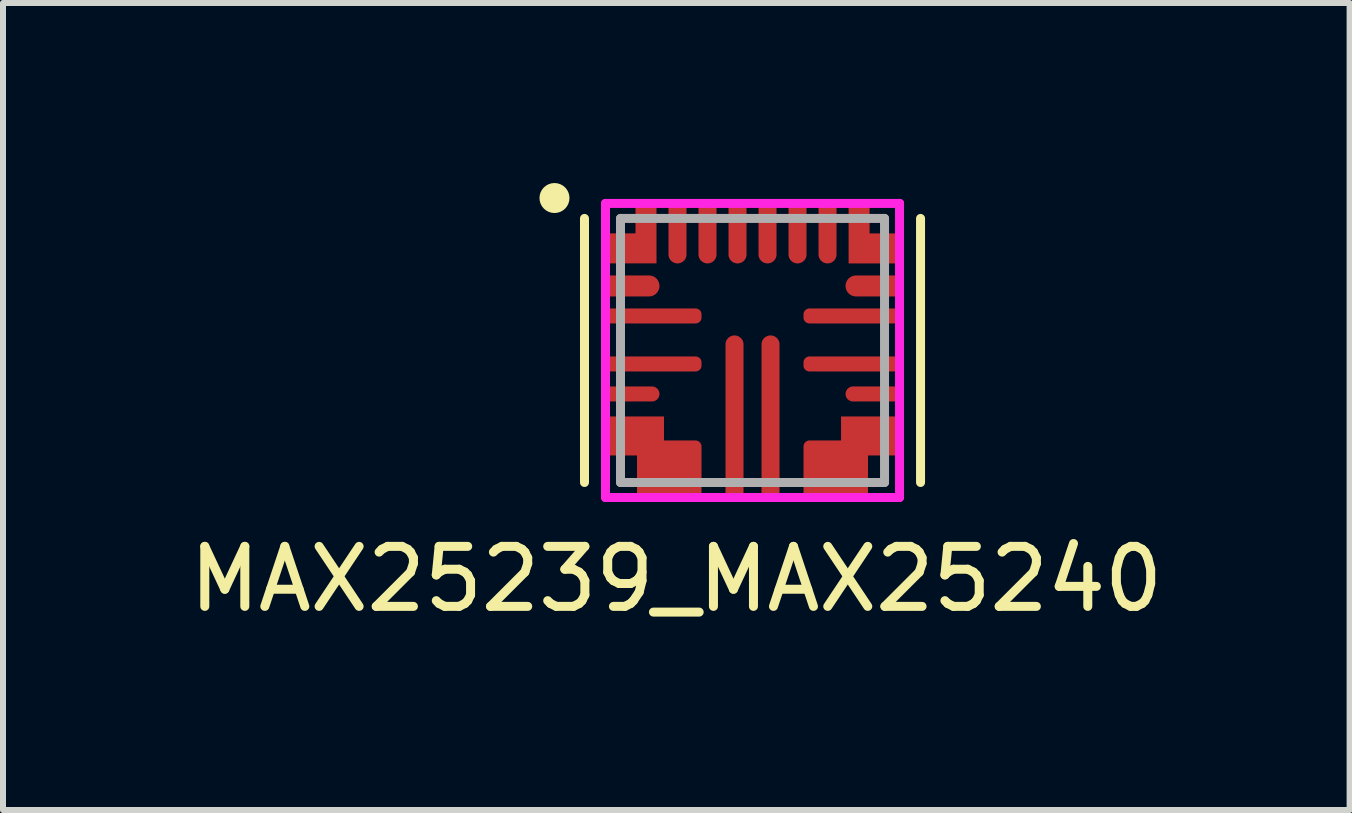
<source format=kicad_pcb>
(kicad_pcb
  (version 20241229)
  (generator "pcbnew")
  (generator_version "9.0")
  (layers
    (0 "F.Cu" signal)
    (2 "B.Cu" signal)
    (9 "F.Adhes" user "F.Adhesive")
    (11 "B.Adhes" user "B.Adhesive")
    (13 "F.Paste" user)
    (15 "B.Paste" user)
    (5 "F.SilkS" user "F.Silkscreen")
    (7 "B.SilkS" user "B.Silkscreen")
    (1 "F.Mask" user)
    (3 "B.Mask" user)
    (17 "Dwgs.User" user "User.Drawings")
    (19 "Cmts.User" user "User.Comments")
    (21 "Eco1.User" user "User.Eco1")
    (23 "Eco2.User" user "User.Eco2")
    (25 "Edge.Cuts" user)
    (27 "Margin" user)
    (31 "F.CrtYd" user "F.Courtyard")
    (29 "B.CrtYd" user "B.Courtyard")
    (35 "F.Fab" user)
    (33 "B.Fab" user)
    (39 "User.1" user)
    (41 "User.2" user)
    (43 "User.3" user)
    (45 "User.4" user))
  (footprint "MAX25239_MAX25240"
    (layer "F.Cu")
    (at 9.49 2.79)
    (property "Reference" "MAX25239_MAX25240" (at -1.27 3.81 0) (layer "F.SilkS") (effects (font (size 1 1) (thickness 0.15))))
    (attr through_hole)
    (fp_line (start -2.8 -2.2) (end -2.8 2.2) (stroke (width 0.15) (type solid)) (layer "F.SilkS"))
    (fp_line (start 2.8 -2.2) (end 2.8 2.2) (stroke (width 0.15) (type solid)) (layer "F.SilkS"))
    (fp_circle (center -3.3 -2.54) (end -3.175 -2.54) (stroke (width 0.25) (type solid)) (fill no) (layer "F.SilkS"))
    (fp_line (start -2.45 -2.45) (end -2.45 2.45) (stroke (width 0.15) (type solid)) (layer "F.CrtYd"))
    (fp_line (start -2.45 2.45) (end 2.45 2.45) (stroke (width 0.15) (type solid)) (layer "F.CrtYd"))
    (fp_line (start 2.45 -2.45) (end -2.45 -2.45) (stroke (width 0.15) (type solid)) (layer "F.CrtYd"))
    (fp_line (start 2.45 -2.45) (end 2.45 -2.45) (stroke (width 0.15) (type solid)) (layer "F.CrtYd"))
    (fp_line (start 2.45 2.45) (end 2.45 -2.45) (stroke (width 0.15) (type solid)) (layer "F.CrtYd"))
    (fp_line (start -2.2 -2.2) (end 2.2 -2.2) (stroke (width 0.15) (type solid)) (layer "F.Fab"))
    (fp_line (start -2.2 2.2) (end -2.2 -2.2) (stroke (width 0.15) (type solid)) (layer "F.Fab"))
    (fp_line (start 2.2 -2.2) (end 2.2 2.2) (stroke (width 0.15) (type solid)) (layer "F.Fab"))
    (fp_line (start 2.2 2.2) (end -2.2 2.2) (stroke (width 0.15) (type solid)) (layer "F.Fab"))
    (pad "1" smd custom (at -1.988 -1.075) (size 0.35 0.35) (layers "F.Cu" "F.Mask" "F.Paste") (options (anchor circle)) (primitives (gr_poly (pts (xy -0.438 -0.175) (xy -0.438 0.175) (xy 0.263 0.175) (xy 0.276 0.174) (xy 0.29 0.173) (xy 0.303 0.17) (xy 0.317 0.166) (xy 0.329 0.162) (xy 0.342 0.156) (xy 0.354 0.149) (xy 0.365 0.142) (xy 0.376 0.133) (xy 0.386 0.124) (xy 0.396 0.114) (xy 0.404 0.103) (xy 0.412 0.091) (xy 0.418 0.079) (xy 0.424 0.067) (xy 0.429 0.054) (xy 0.433 0.041) (xy 0.435 0.027) (xy 0.437 0.014) (xy 0.438 0) (xy 0.437 -0.014) (xy 0.435 -0.027) (xy 0.433 -0.041) (xy 0.429 -0.054) (xy 0.424 -0.067) (xy 0.418 -0.079) (xy 0.412 -0.091) (xy 0.404 -0.103) (xy 0.396 -0.114) (xy 0.386 -0.124) (xy 0.376 -0.133) (xy 0.365 -0.142) (xy 0.354 -0.149) (xy 0.342 -0.156) (xy 0.329 -0.162) (xy 0.317 -0.166) (xy 0.303 -0.17) (xy 0.29 -0.173) (xy 0.276 -0.174) (xy 0.263 -0.175) (xy -0.438 -0.175)) (width 0) (fill yes))))
    (pad "2" smd custom (at -1.637 -0.575) (size 0.2 0.2) (layers "F.Cu" "F.Mask" "F.Paste") (options (anchor circle)) (primitives (gr_poly (pts (xy -0.787 -0.125) (xy -0.787 0.125) (xy 0.688 0.125) (xy 0.695 0.125) (xy 0.703 0.124) (xy 0.711 0.122) (xy 0.718 0.12) (xy 0.726 0.117) (xy 0.733 0.114) (xy 0.74 0.11) (xy 0.746 0.106) (xy 0.752 0.101) (xy 0.758 0.096) (xy 0.764 0.09) (xy 0.768 0.084) (xy 0.773 0.077) (xy 0.777 0.07) (xy 0.78 0.063) (xy 0.783 0.056) (xy 0.785 0.048) (xy 0.786 0.041) (xy 0.787 0.033) (xy 0.787 0.025) (xy 0.787 -0.025) (xy 0.787 -0.033) (xy 0.786 -0.041) (xy 0.785 -0.048) (xy 0.783 -0.056) (xy 0.78 -0.063) (xy 0.777 -0.07) (xy 0.773 -0.077) (xy 0.768 -0.084) (xy 0.764 -0.09) (xy 0.758 -0.096) (xy 0.752 -0.101) (xy 0.746 -0.106) (xy 0.74 -0.11) (xy 0.733 -0.114) (xy 0.726 -0.117) (xy 0.718 -0.12) (xy 0.711 -0.122) (xy 0.703 -0.124) (xy 0.695 -0.125) (xy 0.688 -0.125) (xy -0.787 -0.125)) (width 0) (fill yes))))
    (pad "3" smd custom (at -1.637 0.225) (size 0.2 0.2) (layers "F.Cu" "F.Mask" "F.Paste") (options (anchor circle)) (primitives (gr_poly (pts (xy -0.787 -0.125) (xy -0.787 0.125) (xy 0.688 0.125) (xy 0.695 0.125) (xy 0.703 0.124) (xy 0.711 0.122) (xy 0.718 0.12) (xy 0.726 0.117) (xy 0.733 0.114) (xy 0.74 0.11) (xy 0.746 0.106) (xy 0.752 0.101) (xy 0.758 0.096) (xy 0.764 0.09) (xy 0.768 0.084) (xy 0.773 0.077) (xy 0.777 0.07) (xy 0.78 0.063) (xy 0.783 0.056) (xy 0.785 0.048) (xy 0.786 0.041) (xy 0.787 0.033) (xy 0.787 0.025) (xy 0.787 -0.025) (xy 0.787 -0.033) (xy 0.786 -0.041) (xy 0.785 -0.048) (xy 0.783 -0.056) (xy 0.78 -0.063) (xy 0.777 -0.07) (xy 0.773 -0.077) (xy 0.768 -0.084) (xy 0.764 -0.09) (xy 0.758 -0.096) (xy 0.752 -0.101) (xy 0.746 -0.106) (xy 0.74 -0.11) (xy 0.733 -0.114) (xy 0.726 -0.117) (xy 0.718 -0.12) (xy 0.711 -0.122) (xy 0.703 -0.124) (xy 0.695 -0.125) (xy 0.688 -0.125) (xy -0.787 -0.125)) (width 0) (fill yes))))
    (pad "4" smd custom (at -1.988 0.725) (size 0.25 0.25) (layers "F.Cu" "F.Mask" "F.Paste") (options (anchor circle)) (primitives (gr_poly (pts (xy -0.438 -0.125) (xy -0.438 0.125) (xy 0.312 0.125) (xy 0.322 0.125) (xy 0.332 0.123) (xy 0.342 0.122) (xy 0.351 0.119) (xy 0.36 0.115) (xy 0.369 0.111) (xy 0.378 0.107) (xy 0.386 0.101) (xy 0.394 0.095) (xy 0.401 0.088) (xy 0.408 0.081) (xy 0.414 0.073) (xy 0.419 0.065) (xy 0.424 0.057) (xy 0.428 0.048) (xy 0.431 0.039) (xy 0.434 0.029) (xy 0.436 0.02) (xy 0.437 0.01) (xy 0.438 0) (xy 0.437 -0.01) (xy 0.436 -0.02) (xy 0.434 -0.029) (xy 0.431 -0.039) (xy 0.428 -0.048) (xy 0.424 -0.057) (xy 0.419 -0.065) (xy 0.414 -0.073) (xy 0.408 -0.081) (xy 0.401 -0.088) (xy 0.394 -0.095) (xy 0.386 -0.101) (xy 0.378 -0.107) (xy 0.369 -0.111) (xy 0.36 -0.115) (xy 0.351 -0.119) (xy 0.342 -0.122) (xy 0.332 -0.123) (xy 0.322 -0.125) (xy 0.312 -0.125) (xy -0.438 -0.125)) (width 0) (fill yes))))
    (pad "5" smd custom (at -1.95 1.425) (size 0.5 0.5) (layers "F.Cu" "F.Mask" "F.Paste") (options (anchor circle)) (primitives (gr_poly (pts (xy -0.475 -0.325) (xy -0.475 0.325) (xy 0.025 0.325) (xy 0.025 1) (xy 1.1 1) (xy 1.1 0.175) (xy 1.1 0.167) (xy 1.099 0.159) (xy 1.097 0.152) (xy 1.095 0.144) (xy 1.092 0.137) (xy 1.089 0.13) (xy 1.085 0.123) (xy 1.081 0.116) (xy 1.076 0.11) (xy 1.071 0.104) (xy 1.065 0.099) (xy 1.059 0.094) (xy 1.052 0.09) (xy 1.045 0.086) (xy 1.038 0.083) (xy 1.031 0.08) (xy 1.023 0.078) (xy 1.016 0.076) (xy 1.008 0.075) (xy 1 0.075) (xy 0.475 0.075) (xy 0.475 -0.325) (xy -0.475 -0.325)) (width 0) (fill yes))))
    (pad "7" smd custom (at -0.3 1.087) (size 0.3 0.3) (layers "F.Cu" "F.Mask" "F.Paste") (options (anchor circle)) (primitives (gr_poly (pts (xy -0.15 1.337) (xy 0.15 1.337) (xy 0.15 -1.188) (xy 0.15 -1.199) (xy 0.148 -1.211) (xy 0.146 -1.223) (xy 0.143 -1.234) (xy 0.139 -1.245) (xy 0.134 -1.256) (xy 0.128 -1.266) (xy 0.121 -1.276) (xy 0.114 -1.285) (xy 0.106 -1.294) (xy 0.097 -1.302) (xy 0.088 -1.309) (xy 0.078 -1.315) (xy 0.068 -1.321) (xy 0.057 -1.326) (xy 0.046 -1.33) (xy 0.035 -1.333) (xy 0.023 -1.336) (xy 0.012 -1.337) (xy 0 -1.337) (xy -0.012 -1.337) (xy -0.023 -1.336) (xy -0.035 -1.333) (xy -0.046 -1.33) (xy -0.057 -1.326) (xy -0.068 -1.321) (xy -0.078 -1.315) (xy -0.088 -1.309) (xy -0.097 -1.302) (xy -0.106 -1.294) (xy -0.114 -1.285) (xy -0.121 -1.276) (xy -0.128 -1.266) (xy -0.134 -1.256) (xy -0.139 -1.245) (xy -0.143 -1.234) (xy -0.146 -1.223) (xy -0.148 -1.211) (xy -0.15 -1.199) (xy -0.15 -1.188) (xy -0.15 1.337)) (width 0) (fill yes))))
    (pad "8" smd custom (at 0.3 1.087) (size 0.3 0.3) (layers "F.Cu" "F.Mask" "F.Paste") (options (anchor circle)) (primitives (gr_poly (pts (xy -0.15 1.337) (xy 0.15 1.337) (xy 0.15 -1.188) (xy 0.15 -1.199) (xy 0.148 -1.211) (xy 0.146 -1.223) (xy 0.143 -1.234) (xy 0.139 -1.245) (xy 0.134 -1.256) (xy 0.128 -1.266) (xy 0.121 -1.276) (xy 0.114 -1.285) (xy 0.106 -1.294) (xy 0.097 -1.302) (xy 0.088 -1.309) (xy 0.078 -1.315) (xy 0.068 -1.321) (xy 0.057 -1.326) (xy 0.046 -1.33) (xy 0.035 -1.333) (xy 0.023 -1.336) (xy 0.012 -1.337) (xy 0 -1.337) (xy -0.012 -1.337) (xy -0.023 -1.336) (xy -0.035 -1.333) (xy -0.046 -1.33) (xy -0.057 -1.326) (xy -0.068 -1.321) (xy -0.078 -1.315) (xy -0.088 -1.309) (xy -0.097 -1.302) (xy -0.106 -1.294) (xy -0.114 -1.285) (xy -0.121 -1.276) (xy -0.128 -1.266) (xy -0.134 -1.256) (xy -0.139 -1.245) (xy -0.143 -1.234) (xy -0.146 -1.223) (xy -0.148 -1.211) (xy -0.15 -1.199) (xy -0.15 -1.188) (xy -0.15 1.337)) (width 0) (fill yes))))
    (pad "9" smd custom (at 1.95 1.425) (size 0.5 0.5) (layers "F.Cu" "F.Mask" "F.Paste") (options (anchor circle)) (primitives (gr_poly (pts (xy 0.475 -0.325) (xy -0.475 -0.325) (xy -0.475 0.075) (xy -1 0.075) (xy -1.008 0.075) (xy -1.016 0.076) (xy -1.023 0.078) (xy -1.031 0.08) (xy -1.038 0.083) (xy -1.045 0.086) (xy -1.052 0.09) (xy -1.059 0.094) (xy -1.065 0.099) (xy -1.071 0.104) (xy -1.076 0.11) (xy -1.081 0.116) (xy -1.085 0.123) (xy -1.089 0.13) (xy -1.092 0.137) (xy -1.095 0.144) (xy -1.097 0.152) (xy -1.099 0.159) (xy -1.1 0.167) (xy -1.1 0.175) (xy -1.1 1) (xy -0.025 1) (xy -0.025 0.325) (xy 0.475 0.325) (xy 0.475 -0.325)) (width 0) (fill yes))))
    (pad "11" smd custom (at 1.988 0.725) (size 0.25 0.25) (layers "F.Cu" "F.Mask" "F.Paste") (options (anchor circle)) (primitives (gr_poly (pts (xy 0.438 0.125) (xy 0.438 -0.125) (xy -0.312 -0.125) (xy -0.322 -0.125) (xy -0.332 -0.123) (xy -0.342 -0.122) (xy -0.351 -0.119) (xy -0.36 -0.115) (xy -0.369 -0.111) (xy -0.378 -0.107) (xy -0.386 -0.101) (xy -0.394 -0.095) (xy -0.401 -0.088) (xy -0.408 -0.081) (xy -0.414 -0.073) (xy -0.419 -0.065) (xy -0.424 -0.057) (xy -0.428 -0.048) (xy -0.431 -0.039) (xy -0.434 -0.029) (xy -0.436 -0.02) (xy -0.437 -0.01) (xy -0.438 0) (xy -0.437 0.01) (xy -0.436 0.02) (xy -0.434 0.029) (xy -0.431 0.039) (xy -0.428 0.048) (xy -0.424 0.057) (xy -0.419 0.065) (xy -0.414 0.073) (xy -0.408 0.081) (xy -0.401 0.088) (xy -0.394 0.095) (xy -0.386 0.101) (xy -0.378 0.107) (xy -0.369 0.111) (xy -0.36 0.115) (xy -0.351 0.119) (xy -0.342 0.122) (xy -0.332 0.123) (xy -0.322 0.125) (xy -0.312 0.125) (xy 0.438 0.125)) (width 0) (fill yes))))
    (pad "12" smd custom (at 1.637 0.225) (size 0.2 0.2) (layers "F.Cu" "F.Mask" "F.Paste") (options (anchor circle)) (primitives (gr_poly (pts (xy 0.787 0.125) (xy 0.787 -0.125) (xy -0.688 -0.125) (xy -0.695 -0.125) (xy -0.703 -0.124) (xy -0.711 -0.122) (xy -0.718 -0.12) (xy -0.726 -0.117) (xy -0.733 -0.114) (xy -0.74 -0.11) (xy -0.746 -0.106) (xy -0.752 -0.101) (xy -0.758 -0.096) (xy -0.764 -0.09) (xy -0.768 -0.084) (xy -0.773 -0.077) (xy -0.777 -0.07) (xy -0.78 -0.063) (xy -0.783 -0.056) (xy -0.785 -0.048) (xy -0.786 -0.041) (xy -0.787 -0.033) (xy -0.787 -0.025) (xy -0.787 0.025) (xy -0.787 0.033) (xy -0.786 0.041) (xy -0.785 0.048) (xy -0.783 0.056) (xy -0.78 0.063) (xy -0.777 0.07) (xy -0.773 0.077) (xy -0.768 0.084) (xy -0.764 0.09) (xy -0.758 0.096) (xy -0.752 0.101) (xy -0.746 0.106) (xy -0.74 0.11) (xy -0.733 0.114) (xy -0.726 0.117) (xy -0.718 0.12) (xy -0.711 0.122) (xy -0.703 0.124) (xy -0.695 0.125) (xy -0.688 0.125) (xy 0.787 0.125)) (width 0) (fill yes))))
    (pad "13" smd custom (at 1.637 -0.575) (size 0.2 0.2) (layers "F.Cu" "F.Mask" "F.Paste") (options (anchor circle)) (primitives (gr_poly (pts (xy 0.787 0.125) (xy 0.787 -0.125) (xy -0.688 -0.125) (xy -0.695 -0.125) (xy -0.703 -0.124) (xy -0.711 -0.122) (xy -0.718 -0.12) (xy -0.726 -0.117) (xy -0.733 -0.114) (xy -0.74 -0.11) (xy -0.746 -0.106) (xy -0.752 -0.101) (xy -0.758 -0.096) (xy -0.764 -0.09) (xy -0.768 -0.084) (xy -0.773 -0.077) (xy -0.777 -0.07) (xy -0.78 -0.063) (xy -0.783 -0.056) (xy -0.785 -0.048) (xy -0.786 -0.041) (xy -0.787 -0.033) (xy -0.787 -0.025) (xy -0.787 0.025) (xy -0.787 0.033) (xy -0.786 0.041) (xy -0.785 0.048) (xy -0.783 0.056) (xy -0.78 0.063) (xy -0.777 0.07) (xy -0.773 0.077) (xy -0.768 0.084) (xy -0.764 0.09) (xy -0.758 0.096) (xy -0.752 0.101) (xy -0.746 0.106) (xy -0.74 0.11) (xy -0.733 0.114) (xy -0.726 0.117) (xy -0.718 0.12) (xy -0.711 0.122) (xy -0.703 0.124) (xy -0.695 0.125) (xy -0.688 0.125) (xy 0.787 0.125)) (width 0) (fill yes))))
    (pad "14" smd custom (at 1.988 -1.075) (size 0.35 0.35) (layers "F.Cu" "F.Mask" "F.Paste") (options (anchor circle)) (primitives (gr_poly (pts (xy 0.438 0.175) (xy 0.438 -0.175) (xy -0.263 -0.175) (xy -0.276 -0.174) (xy -0.29 -0.173) (xy -0.303 -0.17) (xy -0.317 -0.166) (xy -0.329 -0.162) (xy -0.342 -0.156) (xy -0.354 -0.149) (xy -0.365 -0.142) (xy -0.376 -0.133) (xy -0.386 -0.124) (xy -0.396 -0.114) (xy -0.404 -0.103) (xy -0.412 -0.091) (xy -0.418 -0.079) (xy -0.424 -0.067) (xy -0.429 -0.054) (xy -0.433 -0.041) (xy -0.435 -0.027) (xy -0.437 -0.014) (xy -0.438 0) (xy -0.437 0.014) (xy -0.435 0.027) (xy -0.433 0.041) (xy -0.429 0.054) (xy -0.424 0.067) (xy -0.418 0.079) (xy -0.412 0.091) (xy -0.404 0.103) (xy -0.396 0.114) (xy -0.386 0.124) (xy -0.376 0.133) (xy -0.365 0.142) (xy -0.354 0.149) (xy -0.342 0.156) (xy -0.329 0.162) (xy -0.317 0.166) (xy -0.303 0.17) (xy -0.29 0.173) (xy -0.276 0.174) (xy -0.263 0.175) (xy 0.438 0.175)) (width 0) (fill yes))))
    (pad "15" smd custom (at 2.013 -1.7) (size 0.2 0.2) (layers "F.Cu" "F.Mask" "F.Paste") (options (anchor circle)) (primitives (gr_poly (pts (xy 0.412 0.25) (xy 0.412 -0.25) (xy -0.062 -0.25) (xy -0.062 -0.725) (xy -0.412 -0.725) (xy -0.412 0.25) (xy 0.412 0.25)) (width 0) (fill yes))))
    (pad "16" smd custom (at 1.25 -1.938) (size 0.3 0.3) (layers "F.Cu" "F.Mask" "F.Paste") (options (anchor circle)) (primitives (gr_poly (pts (xy 0.15 -0.487) (xy -0.15 -0.487) (xy -0.15 0.338) (xy -0.15 0.349) (xy -0.148 0.361) (xy -0.146 0.373) (xy -0.143 0.384) (xy -0.139 0.395) (xy -0.134 0.406) (xy -0.128 0.416) (xy -0.121 0.426) (xy -0.114 0.435) (xy -0.106 0.444) (xy -0.097 0.452) (xy -0.088 0.459) (xy -0.078 0.465) (xy -0.068 0.471) (xy -0.057 0.476) (xy -0.046 0.48) (xy -0.035 0.483) (xy -0.023 0.486) (xy -0.012 0.487) (xy 0 0.487) (xy 0.012 0.487) (xy 0.023 0.486) (xy 0.035 0.483) (xy 0.046 0.48) (xy 0.057 0.476) (xy 0.068 0.471) (xy 0.078 0.465) (xy 0.088 0.459) (xy 0.097 0.452) (xy 0.106 0.444) (xy 0.114 0.435) (xy 0.121 0.426) (xy 0.128 0.416) (xy 0.134 0.406) (xy 0.139 0.395) (xy 0.143 0.384) (xy 0.146 0.373) (xy 0.148 0.361) (xy 0.15 0.349) (xy 0.15 0.338) (xy 0.15 -0.487)) (width 0) (fill yes))))
    (pad "17" smd custom (at 0.75 -1.938) (size 0.3 0.3) (layers "F.Cu" "F.Mask" "F.Paste") (options (anchor circle)) (primitives (gr_poly (pts (xy 0.15 -0.487) (xy -0.15 -0.487) (xy -0.15 0.338) (xy -0.15 0.349) (xy -0.148 0.361) (xy -0.146 0.373) (xy -0.143 0.384) (xy -0.139 0.395) (xy -0.134 0.406) (xy -0.128 0.416) (xy -0.121 0.426) (xy -0.114 0.435) (xy -0.106 0.444) (xy -0.097 0.452) (xy -0.088 0.459) (xy -0.078 0.465) (xy -0.068 0.471) (xy -0.057 0.476) (xy -0.046 0.48) (xy -0.035 0.483) (xy -0.023 0.486) (xy -0.012 0.487) (xy 0 0.487) (xy 0.012 0.487) (xy 0.023 0.486) (xy 0.035 0.483) (xy 0.046 0.48) (xy 0.057 0.476) (xy 0.068 0.471) (xy 0.078 0.465) (xy 0.088 0.459) (xy 0.097 0.452) (xy 0.106 0.444) (xy 0.114 0.435) (xy 0.121 0.426) (xy 0.128 0.416) (xy 0.134 0.406) (xy 0.139 0.395) (xy 0.143 0.384) (xy 0.146 0.373) (xy 0.148 0.361) (xy 0.15 0.349) (xy 0.15 0.338) (xy 0.15 -0.487)) (width 0) (fill yes))))
    (pad "18" smd custom (at 0.25 -1.938) (size 0.3 0.3) (layers "F.Cu" "F.Mask" "F.Paste") (options (anchor circle)) (primitives (gr_poly (pts (xy 0.15 -0.487) (xy -0.15 -0.487) (xy -0.15 0.338) (xy -0.15 0.349) (xy -0.148 0.361) (xy -0.146 0.373) (xy -0.143 0.384) (xy -0.139 0.395) (xy -0.134 0.406) (xy -0.128 0.416) (xy -0.121 0.426) (xy -0.114 0.435) (xy -0.106 0.444) (xy -0.097 0.452) (xy -0.088 0.459) (xy -0.078 0.465) (xy -0.068 0.471) (xy -0.057 0.476) (xy -0.046 0.48) (xy -0.035 0.483) (xy -0.023 0.486) (xy -0.012 0.487) (xy 0 0.487) (xy 0.012 0.487) (xy 0.023 0.486) (xy 0.035 0.483) (xy 0.046 0.48) (xy 0.057 0.476) (xy 0.068 0.471) (xy 0.078 0.465) (xy 0.088 0.459) (xy 0.097 0.452) (xy 0.106 0.444) (xy 0.114 0.435) (xy 0.121 0.426) (xy 0.128 0.416) (xy 0.134 0.406) (xy 0.139 0.395) (xy 0.143 0.384) (xy 0.146 0.373) (xy 0.148 0.361) (xy 0.15 0.349) (xy 0.15 0.338) (xy 0.15 -0.487)) (width 0) (fill yes))))
    (pad "19" smd custom (at -0.25 -1.938) (size 0.3 0.3) (layers "F.Cu" "F.Mask" "F.Paste") (options (anchor circle)) (primitives (gr_poly (pts (xy 0.15 -0.487) (xy -0.15 -0.487) (xy -0.15 0.338) (xy -0.15 0.349) (xy -0.148 0.361) (xy -0.146 0.373) (xy -0.143 0.384) (xy -0.139 0.395) (xy -0.134 0.406) (xy -0.128 0.416) (xy -0.121 0.426) (xy -0.114 0.435) (xy -0.106 0.444) (xy -0.097 0.452) (xy -0.088 0.459) (xy -0.078 0.465) (xy -0.068 0.471) (xy -0.057 0.476) (xy -0.046 0.48) (xy -0.035 0.483) (xy -0.023 0.486) (xy -0.012 0.487) (xy 0 0.487) (xy 0.012 0.487) (xy 0.023 0.486) (xy 0.035 0.483) (xy 0.046 0.48) (xy 0.057 0.476) (xy 0.068 0.471) (xy 0.078 0.465) (xy 0.088 0.459) (xy 0.097 0.452) (xy 0.106 0.444) (xy 0.114 0.435) (xy 0.121 0.426) (xy 0.128 0.416) (xy 0.134 0.406) (xy 0.139 0.395) (xy 0.143 0.384) (xy 0.146 0.373) (xy 0.148 0.361) (xy 0.15 0.349) (xy 0.15 0.338) (xy 0.15 -0.487)) (width 0) (fill yes))))
    (pad "20" smd custom (at -0.75 -1.938) (size 0.3 0.3) (layers "F.Cu" "F.Mask" "F.Paste") (options (anchor circle)) (primitives (gr_poly (pts (xy 0.15 -0.487) (xy -0.15 -0.487) (xy -0.15 0.338) (xy -0.15 0.349) (xy -0.148 0.361) (xy -0.146 0.373) (xy -0.143 0.384) (xy -0.139 0.395) (xy -0.134 0.406) (xy -0.128 0.416) (xy -0.121 0.426) (xy -0.114 0.435) (xy -0.106 0.444) (xy -0.097 0.452) (xy -0.088 0.459) (xy -0.078 0.465) (xy -0.068 0.471) (xy -0.057 0.476) (xy -0.046 0.48) (xy -0.035 0.483) (xy -0.023 0.486) (xy -0.012 0.487) (xy 0 0.487) (xy 0.012 0.487) (xy 0.023 0.486) (xy 0.035 0.483) (xy 0.046 0.48) (xy 0.057 0.476) (xy 0.068 0.471) (xy 0.078 0.465) (xy 0.088 0.459) (xy 0.097 0.452) (xy 0.106 0.444) (xy 0.114 0.435) (xy 0.121 0.426) (xy 0.128 0.416) (xy 0.134 0.406) (xy 0.139 0.395) (xy 0.143 0.384) (xy 0.146 0.373) (xy 0.148 0.361) (xy 0.15 0.349) (xy 0.15 0.338) (xy 0.15 -0.487)) (width 0) (fill yes))))
    (pad "21" smd custom (at -1.25 -1.938) (size 0.3 0.3) (layers "F.Cu" "F.Mask" "F.Paste") (options (anchor circle)) (primitives (gr_poly (pts (xy 0.15 -0.487) (xy -0.15 -0.487) (xy -0.15 0.338) (xy -0.15 0.349) (xy -0.148 0.361) (xy -0.146 0.373) (xy -0.143 0.384) (xy -0.139 0.395) (xy -0.134 0.406) (xy -0.128 0.416) (xy -0.121 0.426) (xy -0.114 0.435) (xy -0.106 0.444) (xy -0.097 0.452) (xy -0.088 0.459) (xy -0.078 0.465) (xy -0.068 0.471) (xy -0.057 0.476) (xy -0.046 0.48) (xy -0.035 0.483) (xy -0.023 0.486) (xy -0.012 0.487) (xy 0 0.487) (xy 0.012 0.487) (xy 0.023 0.486) (xy 0.035 0.483) (xy 0.046 0.48) (xy 0.057 0.476) (xy 0.068 0.471) (xy 0.078 0.465) (xy 0.088 0.459) (xy 0.097 0.452) (xy 0.106 0.444) (xy 0.114 0.435) (xy 0.121 0.426) (xy 0.128 0.416) (xy 0.134 0.406) (xy 0.139 0.395) (xy 0.143 0.384) (xy 0.146 0.373) (xy 0.148 0.361) (xy 0.15 0.349) (xy 0.15 0.338) (xy 0.15 -0.487)) (width 0) (fill yes))))
    (pad "22" smd custom (at -1.775 -1.938) (size 0.2 0.2) (layers "F.Cu" "F.Mask" "F.Paste") (options (anchor circle)) (primitives (gr_poly (pts (xy -0.65 0.487) (xy 0.175 0.487) (xy 0.175 -0.487) (xy -0.175 -0.487) (xy -0.175 -0.013) (xy -0.65 -0.013) (xy -0.65 0.487)) (width 0) (fill yes)))))
  (gr_rect
    (start -3 -3)
    (end 19.44 10.448)
    (stroke (width 0.1) (type default))
    (fill no)
    (layer "Edge.Cuts")))
</source>
